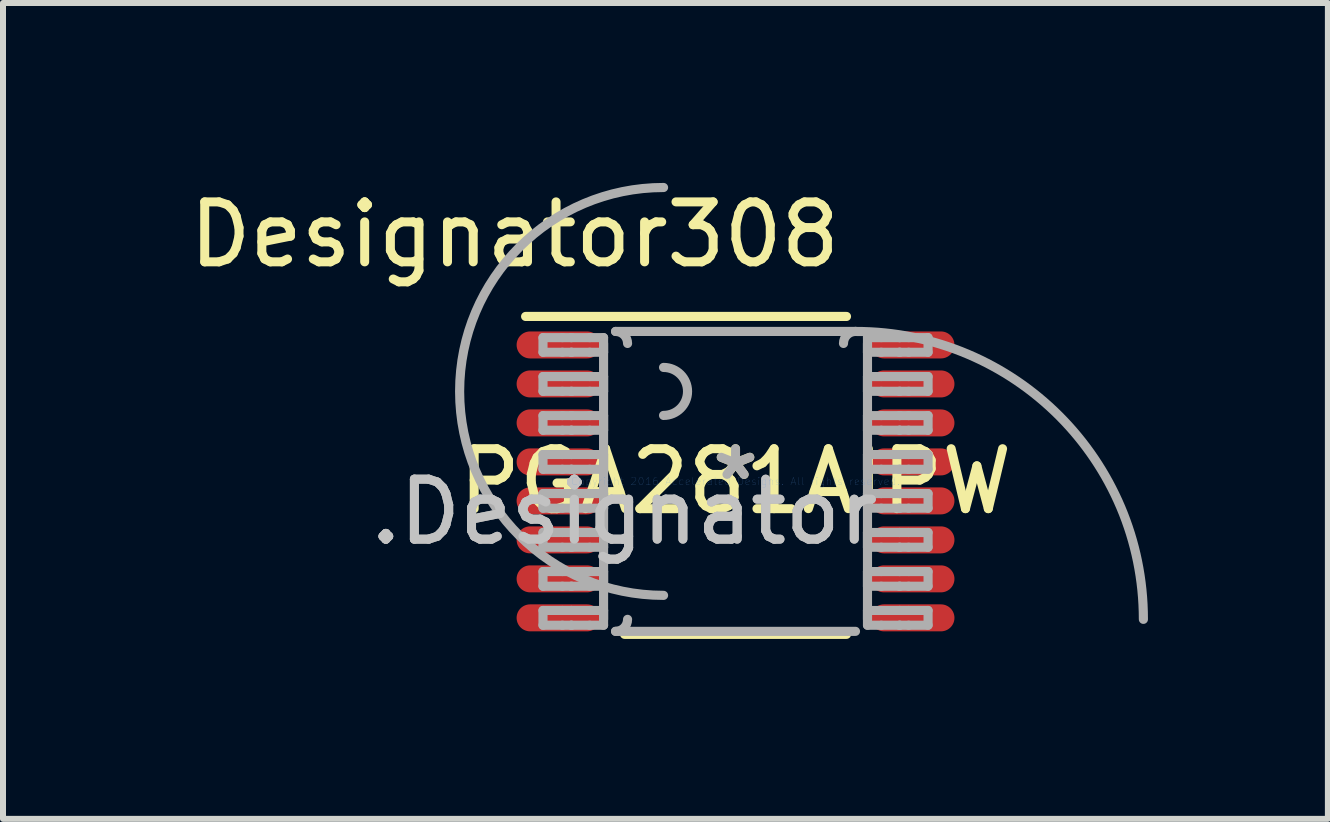
<source format=kicad_pcb>
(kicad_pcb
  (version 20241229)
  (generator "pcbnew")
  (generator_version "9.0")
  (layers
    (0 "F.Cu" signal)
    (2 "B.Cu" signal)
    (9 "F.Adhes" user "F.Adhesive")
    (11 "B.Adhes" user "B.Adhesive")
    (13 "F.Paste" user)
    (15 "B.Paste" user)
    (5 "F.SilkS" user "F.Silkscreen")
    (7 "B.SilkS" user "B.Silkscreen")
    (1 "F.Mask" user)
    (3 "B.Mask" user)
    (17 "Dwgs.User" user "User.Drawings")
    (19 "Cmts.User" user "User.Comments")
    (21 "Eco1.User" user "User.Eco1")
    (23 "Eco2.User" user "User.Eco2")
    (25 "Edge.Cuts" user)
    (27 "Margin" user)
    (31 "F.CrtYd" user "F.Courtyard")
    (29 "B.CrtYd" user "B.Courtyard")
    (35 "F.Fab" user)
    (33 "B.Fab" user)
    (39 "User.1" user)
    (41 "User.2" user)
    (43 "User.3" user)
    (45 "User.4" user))
  (footprint "PGA281AIPW"
    (layer "F.Cu")
    (at 9.213 4.976)
    (property "Reference" "PGA281AIPW" (at 0 0 0) (layer "F.SilkS") (effects (font (size 1 1) (thickness 0.15))))
    (attr through_hole)
    (fp_line (start -3.5 -2.75) (end 1.85 -2.75) (stroke (width 0.152) (type solid)) (layer "F.SilkS"))
    (fp_line (start -1.85 2.55) (end 1.85 2.55) (stroke (width 0.152) (type solid)) (layer "F.SilkS"))
    (fp_line (start -3.21 -2.397) (end -2.887 -2.397) (stroke (width 0.152) (type solid)) (layer "F.Fab"))
    (fp_line (start -3.21 -2.153) (end -3.21 -2.397) (stroke (width 0.152) (type solid)) (layer "F.Fab"))
    (fp_line (start -3.21 -2.153) (end -2.887 -2.153) (stroke (width 0.152) (type solid)) (layer "F.Fab"))
    (fp_line (start -3.21 -1.748) (end -2.887 -1.748) (stroke (width 0.152) (type solid)) (layer "F.Fab"))
    (fp_line (start -3.21 -1.502) (end -3.21 -1.748) (stroke (width 0.152) (type solid)) (layer "F.Fab"))
    (fp_line (start -3.21 -1.502) (end -2.887 -1.502) (stroke (width 0.152) (type solid)) (layer "F.Fab"))
    (fp_line (start -3.21 -1.097) (end -2.887 -1.097) (stroke (width 0.152) (type solid)) (layer "F.Fab"))
    (fp_line (start -3.21 -0.853) (end -3.21 -1.097) (stroke (width 0.152) (type solid)) (layer "F.Fab"))
    (fp_line (start -3.21 -0.853) (end -2.887 -0.853) (stroke (width 0.152) (type solid)) (layer "F.Fab"))
    (fp_line (start -3.21 -0.448) (end -2.887 -0.448) (stroke (width 0.152) (type solid)) (layer "F.Fab"))
    (fp_line (start -3.21 -0.202) (end -3.21 -0.448) (stroke (width 0.152) (type solid)) (layer "F.Fab"))
    (fp_line (start -3.21 -0.202) (end -2.887 -0.202) (stroke (width 0.152) (type solid)) (layer "F.Fab"))
    (fp_line (start -3.21 0.203) (end -2.887 0.203) (stroke (width 0.152) (type solid)) (layer "F.Fab"))
    (fp_line (start -3.21 0.447) (end -3.21 0.203) (stroke (width 0.152) (type solid)) (layer "F.Fab"))
    (fp_line (start -3.21 0.447) (end -2.887 0.447) (stroke (width 0.152) (type solid)) (layer "F.Fab"))
    (fp_line (start -3.21 0.852) (end -2.887 0.852) (stroke (width 0.152) (type solid)) (layer "F.Fab"))
    (fp_line (start -3.21 1.098) (end -3.21 0.852) (stroke (width 0.152) (type solid)) (layer "F.Fab"))
    (fp_line (start -3.21 1.098) (end -2.887 1.098) (stroke (width 0.152) (type solid)) (layer "F.Fab"))
    (fp_line (start -3.21 1.503) (end -2.887 1.503) (stroke (width 0.152) (type solid)) (layer "F.Fab"))
    (fp_line (start -3.21 1.748) (end -3.21 1.503) (stroke (width 0.152) (type solid)) (layer "F.Fab"))
    (fp_line (start -3.21 1.748) (end -2.887 1.748) (stroke (width 0.152) (type solid)) (layer "F.Fab"))
    (fp_line (start -3.21 2.152) (end -2.887 2.152) (stroke (width 0.152) (type solid)) (layer "F.Fab"))
    (fp_line (start -3.21 2.398) (end -3.21 2.152) (stroke (width 0.152) (type solid)) (layer "F.Fab"))
    (fp_line (start -3.21 2.398) (end -2.887 2.398) (stroke (width 0.152) (type solid)) (layer "F.Fab"))
    (fp_line (start -2.887 -2.397) (end -2.739 -2.397) (stroke (width 0.152) (type solid)) (layer "F.Fab"))
    (fp_line (start -2.887 -2.153) (end -2.739 -2.153) (stroke (width 0.152) (type solid)) (layer "F.Fab"))
    (fp_line (start -2.887 -1.748) (end -2.739 -1.748) (stroke (width 0.152) (type solid)) (layer "F.Fab"))
    (fp_line (start -2.887 -1.502) (end -2.739 -1.502) (stroke (width 0.152) (type solid)) (layer "F.Fab"))
    (fp_line (start -2.887 -1.097) (end -2.739 -1.097) (stroke (width 0.152) (type solid)) (layer "F.Fab"))
    (fp_line (start -2.887 -0.853) (end -2.739 -0.853) (stroke (width 0.152) (type solid)) (layer "F.Fab"))
    (fp_line (start -2.887 -0.448) (end -2.739 -0.448) (stroke (width 0.152) (type solid)) (layer "F.Fab"))
    (fp_line (start -2.887 -0.202) (end -2.739 -0.202) (stroke (width 0.152) (type solid)) (layer "F.Fab"))
    (fp_line (start -2.887 0.203) (end -2.739 0.203) (stroke (width 0.152) (type solid)) (layer "F.Fab"))
    (fp_line (start -2.887 0.447) (end -2.739 0.447) (stroke (width 0.152) (type solid)) (layer "F.Fab"))
    (fp_line (start -2.887 0.852) (end -2.739 0.852) (stroke (width 0.152) (type solid)) (layer "F.Fab"))
    (fp_line (start -2.887 1.098) (end -2.739 1.098) (stroke (width 0.152) (type solid)) (layer "F.Fab"))
    (fp_line (start -2.887 1.503) (end -2.739 1.503) (stroke (width 0.152) (type solid)) (layer "F.Fab"))
    (fp_line (start -2.887 1.748) (end -2.739 1.748) (stroke (width 0.152) (type solid)) (layer "F.Fab"))
    (fp_line (start -2.887 2.152) (end -2.739 2.152) (stroke (width 0.152) (type solid)) (layer "F.Fab"))
    (fp_line (start -2.887 2.398) (end -2.739 2.398) (stroke (width 0.152) (type solid)) (layer "F.Fab"))
    (fp_line (start -2.739 -2.397) (end -2.733 -2.397) (stroke (width 0.152) (type solid)) (layer "F.Fab"))
    (fp_line (start -2.739 -2.153) (end -2.733 -2.153) (stroke (width 0.152) (type solid)) (layer "F.Fab"))
    (fp_line (start -2.739 -1.748) (end -2.733 -1.748) (stroke (width 0.152) (type solid)) (layer "F.Fab"))
    (fp_line (start -2.739 -1.502) (end -2.733 -1.502) (stroke (width 0.152) (type solid)) (layer "F.Fab"))
    (fp_line (start -2.739 -1.097) (end -2.733 -1.097) (stroke (width 0.152) (type solid)) (layer "F.Fab"))
    (fp_line (start -2.739 -0.853) (end -2.733 -0.853) (stroke (width 0.152) (type solid)) (layer "F.Fab"))
    (fp_line (start -2.739 -0.448) (end -2.733 -0.448) (stroke (width 0.152) (type solid)) (layer "F.Fab"))
    (fp_line (start -2.739 -0.202) (end -2.733 -0.202) (stroke (width 0.152) (type solid)) (layer "F.Fab"))
    (fp_line (start -2.739 0.203) (end -2.733 0.203) (stroke (width 0.152) (type solid)) (layer "F.Fab"))
    (fp_line (start -2.739 0.447) (end -2.733 0.447) (stroke (width 0.152) (type solid)) (layer "F.Fab"))
    (fp_line (start -2.739 0.852) (end -2.733 0.852) (stroke (width 0.152) (type solid)) (layer "F.Fab"))
    (fp_line (start -2.739 1.098) (end -2.733 1.098) (stroke (width 0.152) (type solid)) (layer "F.Fab"))
    (fp_line (start -2.739 1.503) (end -2.733 1.503) (stroke (width 0.152) (type solid)) (layer "F.Fab"))
    (fp_line (start -2.739 1.748) (end -2.733 1.748) (stroke (width 0.152) (type solid)) (layer "F.Fab"))
    (fp_line (start -2.739 2.152) (end -2.733 2.152) (stroke (width 0.152) (type solid)) (layer "F.Fab"))
    (fp_line (start -2.739 2.398) (end -2.733 2.398) (stroke (width 0.152) (type solid)) (layer "F.Fab"))
    (fp_line (start -2.733 -2.397) (end -2.431 -2.397) (stroke (width 0.152) (type solid)) (layer "F.Fab"))
    (fp_line (start -2.733 -2.153) (end -2.431 -2.153) (stroke (width 0.152) (type solid)) (layer "F.Fab"))
    (fp_line (start -2.733 -1.748) (end -2.431 -1.748) (stroke (width 0.152) (type solid)) (layer "F.Fab"))
    (fp_line (start -2.733 -1.502) (end -2.431 -1.502) (stroke (width 0.152) (type solid)) (layer "F.Fab"))
    (fp_line (start -2.733 -1.097) (end -2.431 -1.097) (stroke (width 0.152) (type solid)) (layer "F.Fab"))
    (fp_line (start -2.733 -0.853) (end -2.431 -0.853) (stroke (width 0.152) (type solid)) (layer "F.Fab"))
    (fp_line (start -2.733 -0.448) (end -2.431 -0.448) (stroke (width 0.152) (type solid)) (layer "F.Fab"))
    (fp_line (start -2.733 -0.202) (end -2.431 -0.202) (stroke (width 0.152) (type solid)) (layer "F.Fab"))
    (fp_line (start -2.733 0.203) (end -2.431 0.203) (stroke (width 0.152) (type solid)) (layer "F.Fab"))
    (fp_line (start -2.733 0.447) (end -2.431 0.447) (stroke (width 0.152) (type solid)) (layer "F.Fab"))
    (fp_line (start -2.733 0.852) (end -2.431 0.852) (stroke (width 0.152) (type solid)) (layer "F.Fab"))
    (fp_line (start -2.733 1.098) (end -2.431 1.098) (stroke (width 0.152) (type solid)) (layer "F.Fab"))
    (fp_line (start -2.733 1.503) (end -2.431 1.503) (stroke (width 0.152) (type solid)) (layer "F.Fab"))
    (fp_line (start -2.733 1.748) (end -2.431 1.748) (stroke (width 0.152) (type solid)) (layer "F.Fab"))
    (fp_line (start -2.733 2.152) (end -2.431 2.152) (stroke (width 0.152) (type solid)) (layer "F.Fab"))
    (fp_line (start -2.733 2.398) (end -2.431 2.398) (stroke (width 0.152) (type solid)) (layer "F.Fab"))
    (fp_line (start -2.431 -2.397) (end -2.2 -2.397) (stroke (width 0.152) (type solid)) (layer "F.Fab"))
    (fp_line (start -2.431 -2.153) (end -2.2 -2.153) (stroke (width 0.152) (type solid)) (layer "F.Fab"))
    (fp_line (start -2.431 -1.748) (end -2.2 -1.748) (stroke (width 0.152) (type solid)) (layer "F.Fab"))
    (fp_line (start -2.431 -1.502) (end -2.2 -1.502) (stroke (width 0.152) (type solid)) (layer "F.Fab"))
    (fp_line (start -2.431 -1.097) (end -2.2 -1.097) (stroke (width 0.152) (type solid)) (layer "F.Fab"))
    (fp_line (start -2.431 -0.853) (end -2.2 -0.853) (stroke (width 0.152) (type solid)) (layer "F.Fab"))
    (fp_line (start -2.431 -0.448) (end -2.2 -0.448) (stroke (width 0.152) (type solid)) (layer "F.Fab"))
    (fp_line (start -2.431 -0.202) (end -2.2 -0.202) (stroke (width 0.152) (type solid)) (layer "F.Fab"))
    (fp_line (start -2.431 0.203) (end -2.2 0.203) (stroke (width 0.152) (type solid)) (layer "F.Fab"))
    (fp_line (start -2.431 0.447) (end -2.2 0.447) (stroke (width 0.152) (type solid)) (layer "F.Fab"))
    (fp_line (start -2.431 0.852) (end -2.2 0.852) (stroke (width 0.152) (type solid)) (layer "F.Fab"))
    (fp_line (start -2.431 1.098) (end -2.2 1.098) (stroke (width 0.152) (type solid)) (layer "F.Fab"))
    (fp_line (start -2.431 1.503) (end -2.2 1.503) (stroke (width 0.152) (type solid)) (layer "F.Fab"))
    (fp_line (start -2.431 1.748) (end -2.2 1.748) (stroke (width 0.152) (type solid)) (layer "F.Fab"))
    (fp_line (start -2.431 2.152) (end -2.2 2.152) (stroke (width 0.152) (type solid)) (layer "F.Fab"))
    (fp_line (start -2.431 2.398) (end -2.2 2.398) (stroke (width 0.152) (type solid)) (layer "F.Fab"))
    (fp_line (start -2.2 -2.153) (end -2.2 -2.397) (stroke (width 0.152) (type solid)) (layer "F.Fab"))
    (fp_line (start -2.2 -1.502) (end -2.2 -1.748) (stroke (width 0.152) (type solid)) (layer "F.Fab"))
    (fp_line (start -2.2 -0.853) (end -2.2 -1.097) (stroke (width 0.152) (type solid)) (layer "F.Fab"))
    (fp_line (start -2.2 -0.202) (end -2.2 -0.448) (stroke (width 0.152) (type solid)) (layer "F.Fab"))
    (fp_line (start -2.2 0.447) (end -2.2 0.203) (stroke (width 0.152) (type solid)) (layer "F.Fab"))
    (fp_line (start -2.2 1.098) (end -2.2 0.852) (stroke (width 0.152) (type solid)) (layer "F.Fab"))
    (fp_line (start -2.2 1.748) (end -2.2 1.503) (stroke (width 0.152) (type solid)) (layer "F.Fab"))
    (fp_line (start -2.2 2.3) (end -2.2 -2.3) (stroke (width 0.152) (type solid)) (layer "F.Fab"))
    (fp_line (start -2.2 2.398) (end -2.2 2.152) (stroke (width 0.152) (type solid)) (layer "F.Fab"))
    (fp_line (start -2 -2.5) (end 2 -2.5) (stroke (width 0.152) (type solid)) (layer "F.Fab"))
    (fp_line (start -2 2.5) (end 2 2.5) (stroke (width 0.152) (type solid)) (layer "F.Fab"))
    (fp_line (start 2.2 -2.397) (end 2.43 -2.397) (stroke (width 0.152) (type solid)) (layer "F.Fab"))
    (fp_line (start 2.2 -2.153) (end 2.2 -2.397) (stroke (width 0.152) (type solid)) (layer "F.Fab"))
    (fp_line (start 2.2 -2.153) (end 2.43 -2.153) (stroke (width 0.152) (type solid)) (layer "F.Fab"))
    (fp_line (start 2.2 -1.748) (end 2.43 -1.748) (stroke (width 0.152) (type solid)) (layer "F.Fab"))
    (fp_line (start 2.2 -1.502) (end 2.2 -1.748) (stroke (width 0.152) (type solid)) (layer "F.Fab"))
    (fp_line (start 2.2 -1.502) (end 2.43 -1.502) (stroke (width 0.152) (type solid)) (layer "F.Fab"))
    (fp_line (start 2.2 -1.097) (end 2.43 -1.097) (stroke (width 0.152) (type solid)) (layer "F.Fab"))
    (fp_line (start 2.2 -0.853) (end 2.2 -1.097) (stroke (width 0.152) (type solid)) (layer "F.Fab"))
    (fp_line (start 2.2 -0.853) (end 2.43 -0.853) (stroke (width 0.152) (type solid)) (layer "F.Fab"))
    (fp_line (start 2.2 -0.448) (end 2.43 -0.448) (stroke (width 0.152) (type solid)) (layer "F.Fab"))
    (fp_line (start 2.2 -0.202) (end 2.2 -0.448) (stroke (width 0.152) (type solid)) (layer "F.Fab"))
    (fp_line (start 2.2 -0.202) (end 2.43 -0.202) (stroke (width 0.152) (type solid)) (layer "F.Fab"))
    (fp_line (start 2.2 0.203) (end 2.43 0.203) (stroke (width 0.152) (type solid)) (layer "F.Fab"))
    (fp_line (start 2.2 0.447) (end 2.2 0.203) (stroke (width 0.152) (type solid)) (layer "F.Fab"))
    (fp_line (start 2.2 0.447) (end 2.43 0.447) (stroke (width 0.152) (type solid)) (layer "F.Fab"))
    (fp_line (start 2.2 0.852) (end 2.43 0.852) (stroke (width 0.152) (type solid)) (layer "F.Fab"))
    (fp_line (start 2.2 1.098) (end 2.2 0.852) (stroke (width 0.152) (type solid)) (layer "F.Fab"))
    (fp_line (start 2.2 1.098) (end 2.43 1.098) (stroke (width 0.152) (type solid)) (layer "F.Fab"))
    (fp_line (start 2.2 1.503) (end 2.43 1.503) (stroke (width 0.152) (type solid)) (layer "F.Fab"))
    (fp_line (start 2.2 1.748) (end 2.2 1.503) (stroke (width 0.152) (type solid)) (layer "F.Fab"))
    (fp_line (start 2.2 1.748) (end 2.43 1.748) (stroke (width 0.152) (type solid)) (layer "F.Fab"))
    (fp_line (start 2.2 2.152) (end 2.43 2.152) (stroke (width 0.152) (type solid)) (layer "F.Fab"))
    (fp_line (start 2.2 2.3) (end 2.2 -2.3) (stroke (width 0.152) (type solid)) (layer "F.Fab"))
    (fp_line (start 2.2 2.398) (end 2.2 2.152) (stroke (width 0.152) (type solid)) (layer "F.Fab"))
    (fp_line (start 2.2 2.398) (end 2.43 2.398) (stroke (width 0.152) (type solid)) (layer "F.Fab"))
    (fp_line (start 2.43 -2.397) (end 2.733 -2.397) (stroke (width 0.152) (type solid)) (layer "F.Fab"))
    (fp_line (start 2.43 -2.153) (end 2.733 -2.153) (stroke (width 0.152) (type solid)) (layer "F.Fab"))
    (fp_line (start 2.43 -1.748) (end 2.733 -1.748) (stroke (width 0.152) (type solid)) (layer "F.Fab"))
    (fp_line (start 2.43 -1.502) (end 2.733 -1.502) (stroke (width 0.152) (type solid)) (layer "F.Fab"))
    (fp_line (start 2.43 -1.097) (end 2.733 -1.097) (stroke (width 0.152) (type solid)) (layer "F.Fab"))
    (fp_line (start 2.43 -0.853) (end 2.733 -0.853) (stroke (width 0.152) (type solid)) (layer "F.Fab"))
    (fp_line (start 2.43 -0.448) (end 2.733 -0.448) (stroke (width 0.152) (type solid)) (layer "F.Fab"))
    (fp_line (start 2.43 -0.202) (end 2.733 -0.202) (stroke (width 0.152) (type solid)) (layer "F.Fab"))
    (fp_line (start 2.43 0.203) (end 2.733 0.203) (stroke (width 0.152) (type solid)) (layer "F.Fab"))
    (fp_line (start 2.43 0.447) (end 2.733 0.447) (stroke (width 0.152) (type solid)) (layer "F.Fab"))
    (fp_line (start 2.43 0.852) (end 2.733 0.852) (stroke (width 0.152) (type solid)) (layer "F.Fab"))
    (fp_line (start 2.43 1.098) (end 2.733 1.098) (stroke (width 0.152) (type solid)) (layer "F.Fab"))
    (fp_line (start 2.43 1.503) (end 2.733 1.503) (stroke (width 0.152) (type solid)) (layer "F.Fab"))
    (fp_line (start 2.43 1.748) (end 2.733 1.748) (stroke (width 0.152) (type solid)) (layer "F.Fab"))
    (fp_line (start 2.43 2.152) (end 2.733 2.152) (stroke (width 0.152) (type solid)) (layer "F.Fab"))
    (fp_line (start 2.43 2.398) (end 2.733 2.398) (stroke (width 0.152) (type solid)) (layer "F.Fab"))
    (fp_line (start 2.733 -2.397) (end 2.739 -2.397) (stroke (width 0.152) (type solid)) (layer "F.Fab"))
    (fp_line (start 2.733 -2.153) (end 2.739 -2.153) (stroke (width 0.152) (type solid)) (layer "F.Fab"))
    (fp_line (start 2.733 -1.748) (end 2.739 -1.748) (stroke (width 0.152) (type solid)) (layer "F.Fab"))
    (fp_line (start 2.733 -1.502) (end 2.739 -1.502) (stroke (width 0.152) (type solid)) (layer "F.Fab"))
    (fp_line (start 2.733 -1.097) (end 2.739 -1.097) (stroke (width 0.152) (type solid)) (layer "F.Fab"))
    (fp_line (start 2.733 -0.853) (end 2.739 -0.853) (stroke (width 0.152) (type solid)) (layer "F.Fab"))
    (fp_line (start 2.733 -0.448) (end 2.739 -0.448) (stroke (width 0.152) (type solid)) (layer "F.Fab"))
    (fp_line (start 2.733 -0.202) (end 2.739 -0.202) (stroke (width 0.152) (type solid)) (layer "F.Fab"))
    (fp_line (start 2.733 0.203) (end 2.739 0.203) (stroke (width 0.152) (type solid)) (layer "F.Fab"))
    (fp_line (start 2.733 0.447) (end 2.739 0.447) (stroke (width 0.152) (type solid)) (layer "F.Fab"))
    (fp_line (start 2.733 0.852) (end 2.739 0.852) (stroke (width 0.152) (type solid)) (layer "F.Fab"))
    (fp_line (start 2.733 1.098) (end 2.739 1.098) (stroke (width 0.152) (type solid)) (layer "F.Fab"))
    (fp_line (start 2.733 1.503) (end 2.739 1.503) (stroke (width 0.152) (type solid)) (layer "F.Fab"))
    (fp_line (start 2.733 1.748) (end 2.739 1.748) (stroke (width 0.152) (type solid)) (layer "F.Fab"))
    (fp_line (start 2.733 2.152) (end 2.739 2.152) (stroke (width 0.152) (type solid)) (layer "F.Fab"))
    (fp_line (start 2.733 2.398) (end 2.739 2.398) (stroke (width 0.152) (type solid)) (layer "F.Fab"))
    (fp_line (start 2.739 -2.397) (end 2.887 -2.397) (stroke (width 0.152) (type solid)) (layer "F.Fab"))
    (fp_line (start 2.739 -2.153) (end 2.887 -2.153) (stroke (width 0.152) (type solid)) (layer "F.Fab"))
    (fp_line (start 2.739 -1.748) (end 2.887 -1.748) (stroke (width 0.152) (type solid)) (layer "F.Fab"))
    (fp_line (start 2.739 -1.502) (end 2.887 -1.502) (stroke (width 0.152) (type solid)) (layer "F.Fab"))
    (fp_line (start 2.739 -1.097) (end 2.887 -1.097) (stroke (width 0.152) (type solid)) (layer "F.Fab"))
    (fp_line (start 2.739 -0.853) (end 2.887 -0.853) (stroke (width 0.152) (type solid)) (layer "F.Fab"))
    (fp_line (start 2.739 -0.448) (end 2.887 -0.448) (stroke (width 0.152) (type solid)) (layer "F.Fab"))
    (fp_line (start 2.739 -0.202) (end 2.887 -0.202) (stroke (width 0.152) (type solid)) (layer "F.Fab"))
    (fp_line (start 2.739 0.203) (end 2.887 0.203) (stroke (width 0.152) (type solid)) (layer "F.Fab"))
    (fp_line (start 2.739 0.447) (end 2.887 0.447) (stroke (width 0.152) (type solid)) (layer "F.Fab"))
    (fp_line (start 2.739 0.852) (end 2.887 0.852) (stroke (width 0.152) (type solid)) (layer "F.Fab"))
    (fp_line (start 2.739 1.098) (end 2.887 1.098) (stroke (width 0.152) (type solid)) (layer "F.Fab"))
    (fp_line (start 2.739 1.503) (end 2.887 1.503) (stroke (width 0.152) (type solid)) (layer "F.Fab"))
    (fp_line (start 2.739 1.748) (end 2.887 1.748) (stroke (width 0.152) (type solid)) (layer "F.Fab"))
    (fp_line (start 2.739 2.152) (end 2.887 2.152) (stroke (width 0.152) (type solid)) (layer "F.Fab"))
    (fp_line (start 2.739 2.398) (end 2.887 2.398) (stroke (width 0.152) (type solid)) (layer "F.Fab"))
    (fp_line (start 2.887 -2.397) (end 3.21 -2.397) (stroke (width 0.152) (type solid)) (layer "F.Fab"))
    (fp_line (start 2.887 -2.153) (end 3.21 -2.153) (stroke (width 0.152) (type solid)) (layer "F.Fab"))
    (fp_line (start 2.887 -1.748) (end 3.21 -1.748) (stroke (width 0.152) (type solid)) (layer "F.Fab"))
    (fp_line (start 2.887 -1.502) (end 3.21 -1.502) (stroke (width 0.152) (type solid)) (layer "F.Fab"))
    (fp_line (start 2.887 -1.097) (end 3.21 -1.097) (stroke (width 0.152) (type solid)) (layer "F.Fab"))
    (fp_line (start 2.887 -0.853) (end 3.21 -0.853) (stroke (width 0.152) (type solid)) (layer "F.Fab"))
    (fp_line (start 2.887 -0.448) (end 3.21 -0.448) (stroke (width 0.152) (type solid)) (layer "F.Fab"))
    (fp_line (start 2.887 -0.202) (end 3.21 -0.202) (stroke (width 0.152) (type solid)) (layer "F.Fab"))
    (fp_line (start 2.887 0.203) (end 3.21 0.203) (stroke (width 0.152) (type solid)) (layer "F.Fab"))
    (fp_line (start 2.887 0.447) (end 3.21 0.447) (stroke (width 0.152) (type solid)) (layer "F.Fab"))
    (fp_line (start 2.887 0.852) (end 3.21 0.852) (stroke (width 0.152) (type solid)) (layer "F.Fab"))
    (fp_line (start 2.887 1.098) (end 3.21 1.098) (stroke (width 0.152) (type solid)) (layer "F.Fab"))
    (fp_line (start 2.887 1.503) (end 3.21 1.503) (stroke (width 0.152) (type solid)) (layer "F.Fab"))
    (fp_line (start 2.887 1.748) (end 3.21 1.748) (stroke (width 0.152) (type solid)) (layer "F.Fab"))
    (fp_line (start 2.887 2.152) (end 3.21 2.152) (stroke (width 0.152) (type solid)) (layer "F.Fab"))
    (fp_line (start 2.887 2.398) (end 3.21 2.398) (stroke (width 0.152) (type solid)) (layer "F.Fab"))
    (fp_line (start 3.21 -2.153) (end 3.21 -2.397) (stroke (width 0.152) (type solid)) (layer "F.Fab"))
    (fp_line (start 3.21 -1.502) (end 3.21 -1.748) (stroke (width 0.152) (type solid)) (layer "F.Fab"))
    (fp_line (start 3.21 -0.853) (end 3.21 -1.097) (stroke (width 0.152) (type solid)) (layer "F.Fab"))
    (fp_line (start 3.21 -0.202) (end 3.21 -0.448) (stroke (width 0.152) (type solid)) (layer "F.Fab"))
    (fp_line (start 3.21 0.447) (end 3.21 0.203) (stroke (width 0.152) (type solid)) (layer "F.Fab"))
    (fp_line (start 3.21 1.098) (end 3.21 0.852) (stroke (width 0.152) (type solid)) (layer "F.Fab"))
    (fp_line (start 3.21 1.748) (end 3.21 1.503) (stroke (width 0.152) (type solid)) (layer "F.Fab"))
    (fp_line (start 3.21 2.398) (end 3.21 2.152) (stroke (width 0.152) (type solid)) (layer "F.Fab"))
    (fp_arc (start -2.000001 -2.5) (mid -1.85858 -2.441421) (end -1.800001 -2.3) (stroke (width 0.1524) (type solid)) (layer "F.Fab"))
    (fp_arc (start -1.800001 2.300016) (mid -1.85858 2.441437) (end -2.000001 2.500016) (stroke (width 0.1524) (type solid)) (layer "F.Fab"))
    (fp_arc (start -1.200003 -1.900001) (mid -0.800004 -1.500002) (end -1.200003 -1.100003) (stroke (width 0.1524) (type solid)) (layer "F.Fab"))
    (fp_arc (start -1.200003 1.900001) (mid -4.600006 -1.500002) (end -1.200003 -4.900005) (stroke (width 0.1524) (type solid)) (layer "F.Fab"))
    (fp_arc (start 1.799991 -2.3) (mid 1.85857 -2.441421) (end 1.999991 -2.5) (stroke (width 0.1524) (type solid)) (layer "F.Fab"))
    (fp_arc (start 1.999991 -2.500015) (mid 5.394125 -1.094118) (end 6.800022 2.300016) (stroke (width 0.1524) (type solid)) (layer "F.Fab"))
    (fp_text user "*" (at 0 0 0) (layer "F.SilkS") (effects (font (size 1 1) (thickness 0.15))))
    (fp_text user "Designator308" (at -3.683 -4.115 0) (layer "F.SilkS") (effects (font (size 1 1) (thickness 0.15))))
    (fp_text user ".Designator" (at -1.854 0.508 0) (layer "Dwgs.User") (effects (font (size 1 1) (thickness 0.15))))
    (fp_text user "Copyright 2016 Accelerated Designs. All rights reserved." (at 0 0 0) (layer "Cmts.User") (effects (font (size 0.127 0.127) (thickness 0.002))))
    (fp_text user "*" (at 0 0 0) (layer "F.Fab") (effects (font (size 1 1) (thickness 0.15))))
    (fp_text user ".Designator" (at -1.854 0.508 0) (layer "F.Fab") (effects (font (size 1 1) (thickness 0.15))))
    (pad "1" smd oval (at -2.95 -2.275 90) (size 0.45 1.4) (layers "F.Cu" "F.Mask" "F.Paste"))
    (pad "2" smd oval (at -2.95 -1.625 90) (size 0.45 1.4) (layers "F.Cu" "F.Mask" "F.Paste"))
    (pad "3" smd oval (at -2.95 -0.975 90) (size 0.45 1.4) (layers "F.Cu" "F.Mask" "F.Paste"))
    (pad "4" smd oval (at -2.95 -0.325 90) (size 0.45 1.4) (layers "F.Cu" "F.Mask" "F.Paste"))
    (pad "5" smd oval (at -2.95 0.325 90) (size 0.45 1.4) (layers "F.Cu" "F.Mask" "F.Paste"))
    (pad "6" smd oval (at -2.95 0.975 90) (size 0.45 1.4) (layers "F.Cu" "F.Mask" "F.Paste"))
    (pad "7" smd oval (at -2.95 1.625 90) (size 0.45 1.4) (layers "F.Cu" "F.Mask" "F.Paste"))
    (pad "8" smd oval (at -2.95 2.275 90) (size 0.45 1.4) (layers "F.Cu" "F.Mask" "F.Paste"))
    (pad "9" smd oval (at 2.95 2.275 90) (size 0.45 1.4) (layers "F.Cu" "F.Mask" "F.Paste"))
    (pad "10" smd oval (at 2.95 1.625 90) (size 0.45 1.4) (layers "F.Cu" "F.Mask" "F.Paste"))
    (pad "11" smd oval (at 2.95 0.975 90) (size 0.45 1.4) (layers "F.Cu" "F.Mask" "F.Paste"))
    (pad "12" smd oval (at 2.95 0.325 90) (size 0.45 1.4) (layers "F.Cu" "F.Mask" "F.Paste"))
    (pad "13" smd oval (at 2.95 -0.325 90) (size 0.45 1.4) (layers "F.Cu" "F.Mask" "F.Paste"))
    (pad "14" smd oval (at 2.95 -0.975 90) (size 0.45 1.4) (layers "F.Cu" "F.Mask" "F.Paste"))
    (pad "15" smd oval (at 2.95 -1.625 90) (size 0.45 1.4) (layers "F.Cu" "F.Mask" "F.Paste"))
    (pad "16" smd oval (at 2.95 -2.275 90) (size 0.45 1.4) (layers "F.Cu" "F.Mask" "F.Paste")))
  (gr_rect
    (start -3 -3)
    (end 19.089 10.602)
    (stroke (width 0.1) (type default))
    (fill no)
    (layer "Edge.Cuts")))
</source>
